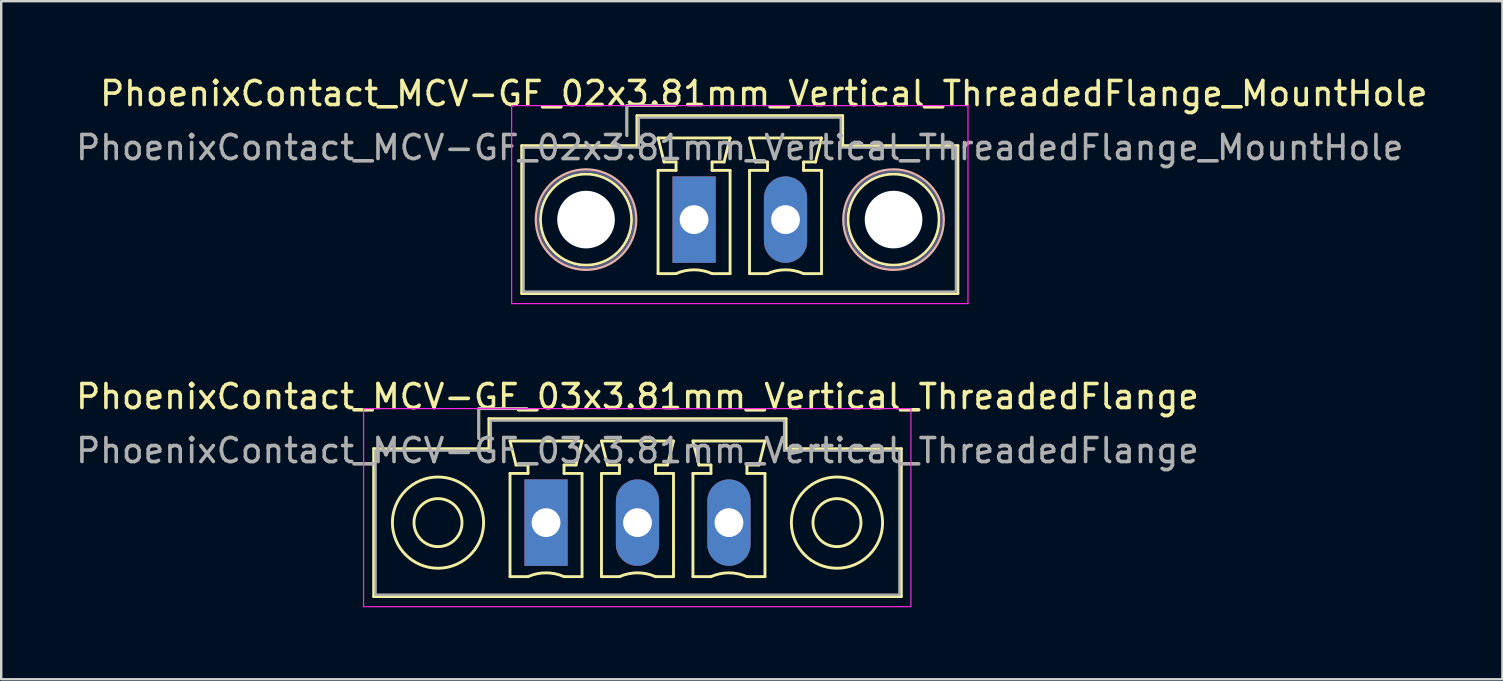
<source format=kicad_pcb>
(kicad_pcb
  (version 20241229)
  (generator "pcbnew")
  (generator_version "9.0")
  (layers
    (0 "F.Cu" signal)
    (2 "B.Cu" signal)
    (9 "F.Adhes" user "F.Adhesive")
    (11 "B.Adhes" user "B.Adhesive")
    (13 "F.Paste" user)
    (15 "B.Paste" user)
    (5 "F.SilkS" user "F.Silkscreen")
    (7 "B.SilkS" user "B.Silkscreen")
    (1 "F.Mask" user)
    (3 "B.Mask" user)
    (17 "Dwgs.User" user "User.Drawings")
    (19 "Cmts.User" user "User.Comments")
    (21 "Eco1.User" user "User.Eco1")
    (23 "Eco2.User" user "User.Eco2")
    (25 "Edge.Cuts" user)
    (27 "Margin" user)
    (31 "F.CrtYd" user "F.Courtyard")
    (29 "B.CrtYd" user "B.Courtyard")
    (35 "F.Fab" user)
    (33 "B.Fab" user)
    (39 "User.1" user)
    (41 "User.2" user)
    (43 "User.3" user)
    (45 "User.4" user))
  (footprint "PhoenixContact_MCV-GF_02x3.81mm_Vertical_ThreadedFlange_MountHole"
    (layer "F.Cu")
    (at 25.863 6.098)
    (property "Reference" "PhoenixContact_MCV-GF_02x3.81mm_Vertical_ThreadedFlange_MountHole" (at 2.905 -5.25 0) (layer "F.SilkS") (effects (font (size 1 1) (thickness 0.15))))
    (attr through_hole)
    (fp_line (start -7.18 -3.08) (end -7.18 3.08) (stroke (width 0.12) (type solid)) (layer "F.SilkS"))
    (fp_line (start -7.18 3.08) (end 10.99 3.08) (stroke (width 0.12) (type solid)) (layer "F.SilkS"))
    (fp_line (start -2.8 -4.75) (end -0.8 -4.75) (stroke (width 0.12) (type solid)) (layer "F.SilkS"))
    (fp_line (start -2.8 -3.5) (end -2.8 -4.75) (stroke (width 0.12) (type solid)) (layer "F.SilkS"))
    (fp_line (start -2.38 -4.33) (end -2.38 -3.08) (stroke (width 0.12) (type solid)) (layer "F.SilkS"))
    (fp_line (start -2.38 -3.08) (end -7.18 -3.08) (stroke (width 0.12) (type solid)) (layer "F.SilkS"))
    (fp_line (start -1.5 -3.4) (end 1.5 -3.4) (stroke (width 0.12) (type solid)) (layer "F.SilkS"))
    (fp_line (start -1.5 -2.05) (end -0.75 -2.05) (stroke (width 0.12) (type solid)) (layer "F.SilkS"))
    (fp_line (start -1.5 2.25) (end -1.5 -2.05) (stroke (width 0.12) (type solid)) (layer "F.SilkS"))
    (fp_line (start -1.25 -2.4) (end -1.5 -3.4) (stroke (width 0.12) (type solid)) (layer "F.SilkS"))
    (fp_line (start -0.75 -2.4) (end -1.25 -2.4) (stroke (width 0.12) (type solid)) (layer "F.SilkS"))
    (fp_line (start -0.75 -2.05) (end -0.75 -2.4) (stroke (width 0.12) (type solid)) (layer "F.SilkS"))
    (fp_line (start -0.75 2.25) (end -1.5 2.25) (stroke (width 0.12) (type solid)) (layer "F.SilkS"))
    (fp_line (start 0.75 -2.4) (end 0.75 -2.05) (stroke (width 0.12) (type solid)) (layer "F.SilkS"))
    (fp_line (start 0.75 -2.05) (end 1.5 -2.05) (stroke (width 0.12) (type solid)) (layer "F.SilkS"))
    (fp_line (start 1.25 -2.4) (end 0.75 -2.4) (stroke (width 0.12) (type solid)) (layer "F.SilkS"))
    (fp_line (start 1.5 -3.4) (end 1.25 -2.4) (stroke (width 0.12) (type solid)) (layer "F.SilkS"))
    (fp_line (start 1.5 -2.05) (end 1.5 2.25) (stroke (width 0.12) (type solid)) (layer "F.SilkS"))
    (fp_line (start 1.5 2.25) (end 0.75 2.25) (stroke (width 0.12) (type solid)) (layer "F.SilkS"))
    (fp_line (start 2.31 -3.4) (end 5.31 -3.4) (stroke (width 0.12) (type solid)) (layer "F.SilkS"))
    (fp_line (start 2.31 -2.05) (end 3.06 -2.05) (stroke (width 0.12) (type solid)) (layer "F.SilkS"))
    (fp_line (start 2.31 2.25) (end 2.31 -2.05) (stroke (width 0.12) (type solid)) (layer "F.SilkS"))
    (fp_line (start 2.56 -2.4) (end 2.31 -3.4) (stroke (width 0.12) (type solid)) (layer "F.SilkS"))
    (fp_line (start 3.06 -2.4) (end 2.56 -2.4) (stroke (width 0.12) (type solid)) (layer "F.SilkS"))
    (fp_line (start 3.06 -2.05) (end 3.06 -2.4) (stroke (width 0.12) (type solid)) (layer "F.SilkS"))
    (fp_line (start 3.06 2.25) (end 2.31 2.25) (stroke (width 0.12) (type solid)) (layer "F.SilkS"))
    (fp_line (start 4.56 -2.4) (end 4.56 -2.05) (stroke (width 0.12) (type solid)) (layer "F.SilkS"))
    (fp_line (start 4.56 -2.05) (end 5.31 -2.05) (stroke (width 0.12) (type solid)) (layer "F.SilkS"))
    (fp_line (start 5.06 -2.4) (end 4.56 -2.4) (stroke (width 0.12) (type solid)) (layer "F.SilkS"))
    (fp_line (start 5.31 -3.4) (end 5.06 -2.4) (stroke (width 0.12) (type solid)) (layer "F.SilkS"))
    (fp_line (start 5.31 -2.05) (end 5.31 2.25) (stroke (width 0.12) (type solid)) (layer "F.SilkS"))
    (fp_line (start 5.31 2.25) (end 4.56 2.25) (stroke (width 0.12) (type solid)) (layer "F.SilkS"))
    (fp_line (start 6.19 -4.33) (end -2.38 -4.33) (stroke (width 0.12) (type solid)) (layer "F.SilkS"))
    (fp_line (start 6.19 -3.08) (end 6.19 -4.33) (stroke (width 0.12) (type solid)) (layer "F.SilkS"))
    (fp_line (start 10.99 -3.08) (end 6.19 -3.08) (stroke (width 0.12) (type solid)) (layer "F.SilkS"))
    (fp_line (start 10.99 3.08) (end 10.99 -3.08) (stroke (width 0.12) (type solid)) (layer "F.SilkS"))
    (fp_arc (start -0.75 2.25) (mid -0.000193 2.09191) (end 0.749647 2.249844) (stroke (width 0.12) (type solid)) (layer "F.SilkS"))
    (fp_arc (start 3.06 2.25) (mid 3.809807 2.09191) (end 4.559647 2.249844) (stroke (width 0.12) (type solid)) (layer "F.SilkS"))
    (fp_circle (center -4.5 0) (end -2.6 0) (stroke (width 0.12) (type solid)) (fill no) (layer "F.SilkS"))
    (fp_circle (center 8.31 0) (end 10.21 0) (stroke (width 0.12) (type solid)) (fill no) (layer "F.SilkS"))
    (fp_circle (center -4.5 0) (end -2.42 0) (stroke (width 0.12) (type solid)) (fill no) (layer "B.SilkS"))
    (fp_circle (center 8.31 0) (end 10.39 0) (stroke (width 0.12) (type solid)) (fill no) (layer "B.SilkS"))
    (fp_line (start -7.6 -4.75) (end -7.6 3.5) (stroke (width 0.05) (type solid)) (layer "F.CrtYd"))
    (fp_line (start -7.6 3.5) (end 11.41 3.5) (stroke (width 0.05) (type solid)) (layer "F.CrtYd"))
    (fp_line (start 11.41 -4.75) (end -7.6 -4.75) (stroke (width 0.05) (type solid)) (layer "F.CrtYd"))
    (fp_line (start 11.41 3.5) (end 11.41 -4.75) (stroke (width 0.05) (type solid)) (layer "F.CrtYd"))
    (fp_circle (center -4.5 0) (end -2.5 0) (stroke (width 0.1) (type solid)) (fill no) (layer "B.Fab"))
    (fp_circle (center 8.31 0) (end 10.31 0) (stroke (width 0.1) (type solid)) (fill no) (layer "B.Fab"))
    (fp_line (start -7.1 -3) (end -7.1 3) (stroke (width 0.1) (type solid)) (layer "F.Fab"))
    (fp_line (start -7.1 3) (end 10.91 3) (stroke (width 0.1) (type solid)) (layer "F.Fab"))
    (fp_line (start -2.8 -4.75) (end -0.8 -4.75) (stroke (width 0.1) (type solid)) (layer "F.Fab"))
    (fp_line (start -2.8 -3.5) (end -2.8 -4.75) (stroke (width 0.1) (type solid)) (layer "F.Fab"))
    (fp_line (start -2.3 -4.25) (end -2.3 -3) (stroke (width 0.1) (type solid)) (layer "F.Fab"))
    (fp_line (start -2.3 -3) (end -7.1 -3) (stroke (width 0.1) (type solid)) (layer "F.Fab"))
    (fp_line (start 6.11 -4.25) (end -2.3 -4.25) (stroke (width 0.1) (type solid)) (layer "F.Fab"))
    (fp_line (start 6.11 -3) (end 6.11 -4.25) (stroke (width 0.1) (type solid)) (layer "F.Fab"))
    (fp_line (start 10.91 -3) (end 6.11 -3) (stroke (width 0.1) (type solid)) (layer "F.Fab"))
    (fp_line (start 10.91 3) (end 10.91 -3) (stroke (width 0.1) (type solid)) (layer "F.Fab"))
    (fp_text user "${REFERENCE}" (at 1.905 -3 0) (layer "F.Fab") (effects (font (size 1 1) (thickness 0.15))))
    (pad "" np_thru_hole circle (at -4.5 0) (size 2.4 2.4) (drill 2.4) (layers "*.Cu" "*.Mask"))
    (pad "" np_thru_hole circle (at 8.31 0) (size 2.4 2.4) (drill 2.4) (layers "*.Cu" "*.Mask"))
    (pad "1" thru_hole rect (at 0 0) (size 1.8 3.6) (drill 1.2) (layers "*.Cu" "*.Mask"))
    (pad "2" thru_hole oval (at 3.81 0) (size 1.8 3.6) (drill 1.2) (layers "*.Cu" "*.Mask")))
  (footprint "PhoenixContact_MCV-GF_03x3.81mm_Vertical_ThreadedFlange"
    (layer "F.Cu")
    (at 19.696 18.721)
    (property "Reference" "PhoenixContact_MCV-GF_03x3.81mm_Vertical_ThreadedFlange" (at 3.81 -5.25 0) (layer "F.SilkS") (effects (font (size 1 1) (thickness 0.15))))
    (attr through_hole)
    (fp_line (start -7.18 -3.08) (end -7.18 3.08) (stroke (width 0.12) (type solid)) (layer "F.SilkS"))
    (fp_line (start -7.18 3.08) (end 14.8 3.08) (stroke (width 0.12) (type solid)) (layer "F.SilkS"))
    (fp_line (start -2.8 -4.75) (end -0.8 -4.75) (stroke (width 0.12) (type solid)) (layer "F.SilkS"))
    (fp_line (start -2.8 -3.5) (end -2.8 -4.75) (stroke (width 0.12) (type solid)) (layer "F.SilkS"))
    (fp_line (start -2.38 -4.33) (end -2.38 -3.08) (stroke (width 0.12) (type solid)) (layer "F.SilkS"))
    (fp_line (start -2.38 -3.08) (end -7.18 -3.08) (stroke (width 0.12) (type solid)) (layer "F.SilkS"))
    (fp_line (start -1.5 -3.4) (end 1.5 -3.4) (stroke (width 0.12) (type solid)) (layer "F.SilkS"))
    (fp_line (start -1.5 -2.05) (end -0.75 -2.05) (stroke (width 0.12) (type solid)) (layer "F.SilkS"))
    (fp_line (start -1.5 2.25) (end -1.5 -2.05) (stroke (width 0.12) (type solid)) (layer "F.SilkS"))
    (fp_line (start -1.25 -2.4) (end -1.5 -3.4) (stroke (width 0.12) (type solid)) (layer "F.SilkS"))
    (fp_line (start -0.75 -2.4) (end -1.25 -2.4) (stroke (width 0.12) (type solid)) (layer "F.SilkS"))
    (fp_line (start -0.75 -2.05) (end -0.75 -2.4) (stroke (width 0.12) (type solid)) (layer "F.SilkS"))
    (fp_line (start -0.75 2.25) (end -1.5 2.25) (stroke (width 0.12) (type solid)) (layer "F.SilkS"))
    (fp_line (start 0.75 -2.4) (end 0.75 -2.05) (stroke (width 0.12) (type solid)) (layer "F.SilkS"))
    (fp_line (start 0.75 -2.05) (end 1.5 -2.05) (stroke (width 0.12) (type solid)) (layer "F.SilkS"))
    (fp_line (start 1.25 -2.4) (end 0.75 -2.4) (stroke (width 0.12) (type solid)) (layer "F.SilkS"))
    (fp_line (start 1.5 -3.4) (end 1.25 -2.4) (stroke (width 0.12) (type solid)) (layer "F.SilkS"))
    (fp_line (start 1.5 -2.05) (end 1.5 2.25) (stroke (width 0.12) (type solid)) (layer "F.SilkS"))
    (fp_line (start 1.5 2.25) (end 0.75 2.25) (stroke (width 0.12) (type solid)) (layer "F.SilkS"))
    (fp_line (start 2.31 -3.4) (end 5.31 -3.4) (stroke (width 0.12) (type solid)) (layer "F.SilkS"))
    (fp_line (start 2.31 -2.05) (end 3.06 -2.05) (stroke (width 0.12) (type solid)) (layer "F.SilkS"))
    (fp_line (start 2.31 2.25) (end 2.31 -2.05) (stroke (width 0.12) (type solid)) (layer "F.SilkS"))
    (fp_line (start 2.56 -2.4) (end 2.31 -3.4) (stroke (width 0.12) (type solid)) (layer "F.SilkS"))
    (fp_line (start 3.06 -2.4) (end 2.56 -2.4) (stroke (width 0.12) (type solid)) (layer "F.SilkS"))
    (fp_line (start 3.06 -2.05) (end 3.06 -2.4) (stroke (width 0.12) (type solid)) (layer "F.SilkS"))
    (fp_line (start 3.06 2.25) (end 2.31 2.25) (stroke (width 0.12) (type solid)) (layer "F.SilkS"))
    (fp_line (start 4.56 -2.4) (end 4.56 -2.05) (stroke (width 0.12) (type solid)) (layer "F.SilkS"))
    (fp_line (start 4.56 -2.05) (end 5.31 -2.05) (stroke (width 0.12) (type solid)) (layer "F.SilkS"))
    (fp_line (start 5.06 -2.4) (end 4.56 -2.4) (stroke (width 0.12) (type solid)) (layer "F.SilkS"))
    (fp_line (start 5.31 -3.4) (end 5.06 -2.4) (stroke (width 0.12) (type solid)) (layer "F.SilkS"))
    (fp_line (start 5.31 -2.05) (end 5.31 2.25) (stroke (width 0.12) (type solid)) (layer "F.SilkS"))
    (fp_line (start 5.31 2.25) (end 4.56 2.25) (stroke (width 0.12) (type solid)) (layer "F.SilkS"))
    (fp_line (start 6.12 -3.4) (end 9.12 -3.4) (stroke (width 0.12) (type solid)) (layer "F.SilkS"))
    (fp_line (start 6.12 -2.05) (end 6.87 -2.05) (stroke (width 0.12) (type solid)) (layer "F.SilkS"))
    (fp_line (start 6.12 2.25) (end 6.12 -2.05) (stroke (width 0.12) (type solid)) (layer "F.SilkS"))
    (fp_line (start 6.37 -2.4) (end 6.12 -3.4) (stroke (width 0.12) (type solid)) (layer "F.SilkS"))
    (fp_line (start 6.87 -2.4) (end 6.37 -2.4) (stroke (width 0.12) (type solid)) (layer "F.SilkS"))
    (fp_line (start 6.87 -2.05) (end 6.87 -2.4) (stroke (width 0.12) (type solid)) (layer "F.SilkS"))
    (fp_line (start 6.87 2.25) (end 6.12 2.25) (stroke (width 0.12) (type solid)) (layer "F.SilkS"))
    (fp_line (start 8.37 -2.4) (end 8.37 -2.05) (stroke (width 0.12) (type solid)) (layer "F.SilkS"))
    (fp_line (start 8.37 -2.05) (end 9.12 -2.05) (stroke (width 0.12) (type solid)) (layer "F.SilkS"))
    (fp_line (start 8.87 -2.4) (end 8.37 -2.4) (stroke (width 0.12) (type solid)) (layer "F.SilkS"))
    (fp_line (start 9.12 -3.4) (end 8.87 -2.4) (stroke (width 0.12) (type solid)) (layer "F.SilkS"))
    (fp_line (start 9.12 -2.05) (end 9.12 2.25) (stroke (width 0.12) (type solid)) (layer "F.SilkS"))
    (fp_line (start 9.12 2.25) (end 8.37 2.25) (stroke (width 0.12) (type solid)) (layer "F.SilkS"))
    (fp_line (start 10 -4.33) (end -2.38 -4.33) (stroke (width 0.12) (type solid)) (layer "F.SilkS"))
    (fp_line (start 10 -3.08) (end 10 -4.33) (stroke (width 0.12) (type solid)) (layer "F.SilkS"))
    (fp_line (start 14.8 -3.08) (end 10 -3.08) (stroke (width 0.12) (type solid)) (layer "F.SilkS"))
    (fp_line (start 14.8 3.08) (end 14.8 -3.08) (stroke (width 0.12) (type solid)) (layer "F.SilkS"))
    (fp_arc (start -0.75 2.25) (mid -0.000193 2.09191) (end 0.749647 2.249844) (stroke (width 0.12) (type solid)) (layer "F.SilkS"))
    (fp_arc (start 3.06 2.25) (mid 3.809807 2.09191) (end 4.559647 2.249844) (stroke (width 0.12) (type solid)) (layer "F.SilkS"))
    (fp_arc (start 6.87 2.25) (mid 7.619807 2.09191) (end 8.369647 2.249844) (stroke (width 0.12) (type solid)) (layer "F.SilkS"))
    (fp_circle (center -4.5 0) (end -3.5 0) (stroke (width 0.12) (type solid)) (fill no) (layer "F.SilkS"))
    (fp_circle (center -4.5 0) (end -2.6 0) (stroke (width 0.12) (type solid)) (fill no) (layer "F.SilkS"))
    (fp_circle (center 12.12 0) (end 13.12 0) (stroke (width 0.12) (type solid)) (fill no) (layer "F.SilkS"))
    (fp_circle (center 12.12 0) (end 14.02 0) (stroke (width 0.12) (type solid)) (fill no) (layer "F.SilkS"))
    (fp_line (start -7.6 -4.75) (end -7.6 3.5) (stroke (width 0.05) (type solid)) (layer "F.CrtYd"))
    (fp_line (start -7.6 3.5) (end 15.2 3.5) (stroke (width 0.05) (type solid)) (layer "F.CrtYd"))
    (fp_line (start 15.2 -4.75) (end -7.6 -4.75) (stroke (width 0.05) (type solid)) (layer "F.CrtYd"))
    (fp_line (start 15.2 3.5) (end 15.2 -4.75) (stroke (width 0.05) (type solid)) (layer "F.CrtYd"))
    (fp_line (start -7.1 -3) (end -7.1 3) (stroke (width 0.1) (type solid)) (layer "F.Fab"))
    (fp_line (start -7.1 3) (end 14.72 3) (stroke (width 0.1) (type solid)) (layer "F.Fab"))
    (fp_line (start -2.8 -4.75) (end -0.8 -4.75) (stroke (width 0.1) (type solid)) (layer "F.Fab"))
    (fp_line (start -2.8 -3.5) (end -2.8 -4.75) (stroke (width 0.1) (type solid)) (layer "F.Fab"))
    (fp_line (start -2.3 -4.25) (end -2.3 -3) (stroke (width 0.1) (type solid)) (layer "F.Fab"))
    (fp_line (start -2.3 -3) (end -7.1 -3) (stroke (width 0.1) (type solid)) (layer "F.Fab"))
    (fp_line (start 9.92 -4.25) (end -2.3 -4.25) (stroke (width 0.1) (type solid)) (layer "F.Fab"))
    (fp_line (start 9.92 -3) (end 9.92 -4.25) (stroke (width 0.1) (type solid)) (layer "F.Fab"))
    (fp_line (start 14.72 -3) (end 9.92 -3) (stroke (width 0.1) (type solid)) (layer "F.Fab"))
    (fp_line (start 14.72 3) (end 14.72 -3) (stroke (width 0.1) (type solid)) (layer "F.Fab"))
    (fp_text user "${REFERENCE}" (at 3.81 -3 0) (layer "F.Fab") (effects (font (size 1 1) (thickness 0.15))))
    (pad "1" thru_hole rect (at 0 0) (size 1.8 3.6) (drill 1.2) (layers "*.Cu" "*.Mask"))
    (pad "2" thru_hole oval (at 3.81 0) (size 1.8 3.6) (drill 1.2) (layers "*.Cu" "*.Mask"))
    (pad "3" thru_hole oval (at 7.62 0) (size 1.8 3.6) (drill 1.2) (layers "*.Cu" "*.Mask")))
  (gr_rect
    (start -3 -3)
    (end 59.536 25.247)
    (stroke (width 0.1) (type default))
    (fill no)
    (layer "Edge.Cuts")))
</source>
